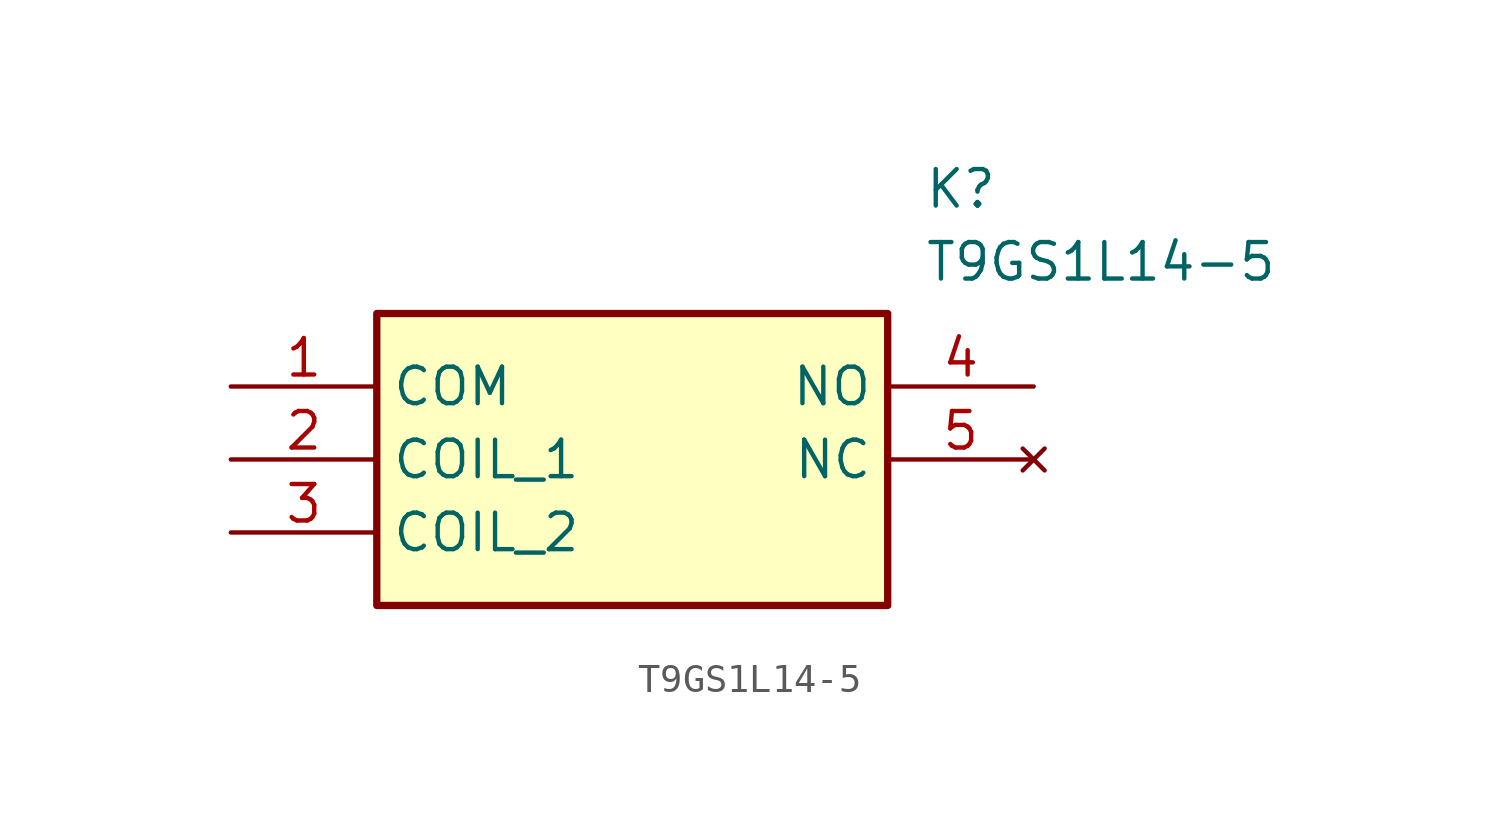
<source format=kicad_sym>
(kicad_symbol_lib
  (version 20211014)
  (generator SamacSys_ECAD_Model)
  (symbol "T9GS1L14-5"
    (property "Reference" "K"
      (at 24.13 7.62 0)
      (effects (font (size 1.27 1.27)) (justify left top)))
    (property "Value" "T9GS1L14-5"
      (at 24.13 5.08 0)
      (effects (font (size 1.27 1.27)) (justify left top)))
    (rectangle
      (start 5.08 2.54)
      (end 22.86 -7.62)
      (stroke (width 0.254) (type default))
      (fill (type background)))
    (pin passive line
      (at 0 0 0)
      (length 5.08)
      (name "COM" (effects (font (size 1.27 1.27))))
      (number "1" (effects (font (size 1.27 1.27)))))
    (pin passive line
      (at 0 -2.54 0)
      (length 5.08)
      (name "COIL_1" (effects (font (size 1.27 1.27))))
      (number "2" (effects (font (size 1.27 1.27)))))
    (pin passive line
      (at 0 -5.08 0)
      (length 5.08)
      (name "COIL_2" (effects (font (size 1.27 1.27))))
      (number "3" (effects (font (size 1.27 1.27)))))
    (pin passive line
      (at 27.94 0 180)
      (length 5.08)
      (name "NO" (effects (font (size 1.27 1.27))))
      (number "4" (effects (font (size 1.27 1.27)))))
    (pin no_connect line
      (at 27.94 -2.54 180)
      (length 5.08)
      (name "NC" (effects (font (size 1.27 1.27))))
      (number "5" (effects (font (size 1.27 1.27)))))))
</source>
